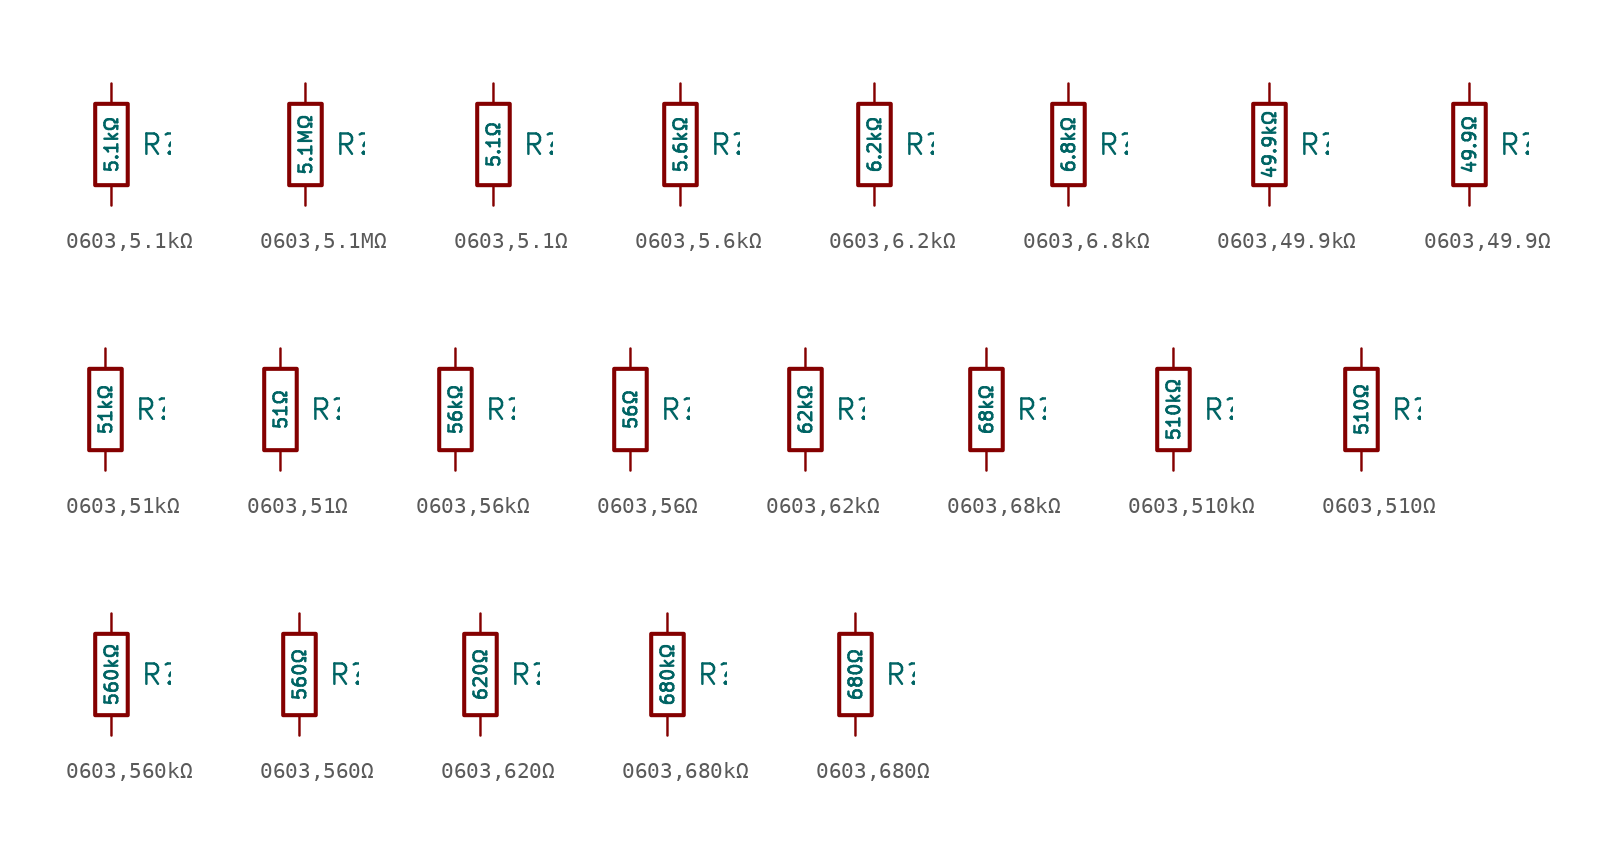
<source format=kicad_sym>
(kicad_symbol_lib
  (version 20231120)
  (generator "CDFER")
  (generator_version "8.0")
  (symbol "0603,5.1kΩ"
    (pin_numbers hide)
    (pin_names
      (offset 0))
    (property "Reference" "R"
      (at 1.778 0 0)
      (effects (font (size 1.27 1.27)) (justify left)))
    (property "Value" "5.1kΩ"
      (at 0 0 90)
      (do_not_autoplace)
      (effects (font (size 0.8 0.8))))
    (symbol "0603,5.1kΩ_0_1"
      (rectangle (start -1.016 2.54) (end 1.016 -2.54) (stroke (width 0.254) (type default)) (fill (type none))))
    (symbol "0603,5.1kΩ_1_1"
      (pin passive line (at 0 3.81 270) (length 1.27) (name "~" (effects (font (size 1.27 1.27)))) (number "1" (effects (font (size 1.27 1.27)))))
      (pin passive line (at 0 -3.81 90) (length 1.27) (name "~" (effects (font (size 1.27 1.27)))) (number "2" (effects (font (size 1.27 1.27)))))))
  (symbol "0603,5.1MΩ"
    (pin_numbers hide)
    (pin_names
      (offset 0))
    (property "Reference" "R"
      (at 1.778 0 0)
      (effects (font (size 1.27 1.27)) (justify left)))
    (property "Value" "5.1MΩ"
      (at 0 0 90)
      (do_not_autoplace)
      (effects (font (size 0.8 0.8))))
    (symbol "0603,5.1MΩ_0_1"
      (rectangle (start -1.016 2.54) (end 1.016 -2.54) (stroke (width 0.254) (type default)) (fill (type none))))
    (symbol "0603,5.1MΩ_1_1"
      (pin passive line (at 0 3.81 270) (length 1.27) (name "~" (effects (font (size 1.27 1.27)))) (number "1" (effects (font (size 1.27 1.27)))))
      (pin passive line (at 0 -3.81 90) (length 1.27) (name "~" (effects (font (size 1.27 1.27)))) (number "2" (effects (font (size 1.27 1.27)))))))
  (symbol "0603,5.1Ω"
    (pin_numbers hide)
    (pin_names
      (offset 0))
    (property "Reference" "R"
      (at 1.778 0 0)
      (effects (font (size 1.27 1.27)) (justify left)))
    (property "Value" "5.1Ω"
      (at 0 0 90)
      (do_not_autoplace)
      (effects (font (size 0.8 0.8))))
    (symbol "0603,5.1Ω_0_1"
      (rectangle (start -1.016 2.54) (end 1.016 -2.54) (stroke (width 0.254) (type default)) (fill (type none))))
    (symbol "0603,5.1Ω_1_1"
      (pin passive line (at 0 3.81 270) (length 1.27) (name "~" (effects (font (size 1.27 1.27)))) (number "1" (effects (font (size 1.27 1.27)))))
      (pin passive line (at 0 -3.81 90) (length 1.27) (name "~" (effects (font (size 1.27 1.27)))) (number "2" (effects (font (size 1.27 1.27)))))))
  (symbol "0603,5.6kΩ"
    (pin_numbers hide)
    (pin_names
      (offset 0))
    (property "Reference" "R"
      (at 1.778 0 0)
      (effects (font (size 1.27 1.27)) (justify left)))
    (property "Value" "5.6kΩ"
      (at 0 0 90)
      (do_not_autoplace)
      (effects (font (size 0.8 0.8))))
    (symbol "0603,5.6kΩ_0_1"
      (rectangle (start -1.016 2.54) (end 1.016 -2.54) (stroke (width 0.254) (type default)) (fill (type none))))
    (symbol "0603,5.6kΩ_1_1"
      (pin passive line (at 0 3.81 270) (length 1.27) (name "~" (effects (font (size 1.27 1.27)))) (number "1" (effects (font (size 1.27 1.27)))))
      (pin passive line (at 0 -3.81 90) (length 1.27) (name "~" (effects (font (size 1.27 1.27)))) (number "2" (effects (font (size 1.27 1.27)))))))
  (symbol "0603,6.2kΩ"
    (pin_numbers hide)
    (pin_names
      (offset 0))
    (property "Reference" "R"
      (at 1.778 0 0)
      (effects (font (size 1.27 1.27)) (justify left)))
    (property "Value" "6.2kΩ"
      (at 0 0 90)
      (do_not_autoplace)
      (effects (font (size 0.8 0.8))))
    (symbol "0603,6.2kΩ_0_1"
      (rectangle (start -1.016 2.54) (end 1.016 -2.54) (stroke (width 0.254) (type default)) (fill (type none))))
    (symbol "0603,6.2kΩ_1_1"
      (pin passive line (at 0 3.81 270) (length 1.27) (name "~" (effects (font (size 1.27 1.27)))) (number "1" (effects (font (size 1.27 1.27)))))
      (pin passive line (at 0 -3.81 90) (length 1.27) (name "~" (effects (font (size 1.27 1.27)))) (number "2" (effects (font (size 1.27 1.27)))))))
  (symbol "0603,6.8kΩ"
    (pin_numbers hide)
    (pin_names
      (offset 0))
    (property "Reference" "R"
      (at 1.778 0 0)
      (effects (font (size 1.27 1.27)) (justify left)))
    (property "Value" "6.8kΩ"
      (at 0 0 90)
      (do_not_autoplace)
      (effects (font (size 0.8 0.8))))
    (symbol "0603,6.8kΩ_0_1"
      (rectangle (start -1.016 2.54) (end 1.016 -2.54) (stroke (width 0.254) (type default)) (fill (type none))))
    (symbol "0603,6.8kΩ_1_1"
      (pin passive line (at 0 3.81 270) (length 1.27) (name "~" (effects (font (size 1.27 1.27)))) (number "1" (effects (font (size 1.27 1.27)))))
      (pin passive line (at 0 -3.81 90) (length 1.27) (name "~" (effects (font (size 1.27 1.27)))) (number "2" (effects (font (size 1.27 1.27)))))))
  (symbol "0603,49.9kΩ"
    (pin_numbers hide)
    (pin_names
      (offset 0))
    (property "Reference" "R"
      (at 1.778 0 0)
      (effects (font (size 1.27 1.27)) (justify left)))
    (property "Value" "49.9kΩ"
      (at 0 0 90)
      (do_not_autoplace)
      (effects (font (size 0.8 0.8))))
    (symbol "0603,49.9kΩ_0_1"
      (rectangle (start -1.016 2.54) (end 1.016 -2.54) (stroke (width 0.254) (type default)) (fill (type none))))
    (symbol "0603,49.9kΩ_1_1"
      (pin passive line (at 0 3.81 270) (length 1.27) (name "~" (effects (font (size 1.27 1.27)))) (number "1" (effects (font (size 1.27 1.27)))))
      (pin passive line (at 0 -3.81 90) (length 1.27) (name "~" (effects (font (size 1.27 1.27)))) (number "2" (effects (font (size 1.27 1.27)))))))
  (symbol "0603,49.9Ω"
    (pin_numbers hide)
    (pin_names
      (offset 0))
    (property "Reference" "R"
      (at 1.778 0 0)
      (effects (font (size 1.27 1.27)) (justify left)))
    (property "Value" "49.9Ω"
      (at 0 0 90)
      (do_not_autoplace)
      (effects (font (size 0.8 0.8))))
    (symbol "0603,49.9Ω_0_1"
      (rectangle (start -1.016 2.54) (end 1.016 -2.54) (stroke (width 0.254) (type default)) (fill (type none))))
    (symbol "0603,49.9Ω_1_1"
      (pin passive line (at 0 3.81 270) (length 1.27) (name "~" (effects (font (size 1.27 1.27)))) (number "1" (effects (font (size 1.27 1.27)))))
      (pin passive line (at 0 -3.81 90) (length 1.27) (name "~" (effects (font (size 1.27 1.27)))) (number "2" (effects (font (size 1.27 1.27)))))))
  (symbol "0603,51kΩ"
    (pin_numbers hide)
    (pin_names
      (offset 0))
    (property "Reference" "R"
      (at 1.778 0 0)
      (effects (font (size 1.27 1.27)) (justify left)))
    (property "Value" "51kΩ"
      (at 0 0 90)
      (do_not_autoplace)
      (effects (font (size 0.8 0.8))))
    (symbol "0603,51kΩ_0_1"
      (rectangle (start -1.016 2.54) (end 1.016 -2.54) (stroke (width 0.254) (type default)) (fill (type none))))
    (symbol "0603,51kΩ_1_1"
      (pin passive line (at 0 3.81 270) (length 1.27) (name "~" (effects (font (size 1.27 1.27)))) (number "1" (effects (font (size 1.27 1.27)))))
      (pin passive line (at 0 -3.81 90) (length 1.27) (name "~" (effects (font (size 1.27 1.27)))) (number "2" (effects (font (size 1.27 1.27)))))))
  (symbol "0603,51Ω"
    (pin_numbers hide)
    (pin_names
      (offset 0))
    (property "Reference" "R"
      (at 1.778 0 0)
      (effects (font (size 1.27 1.27)) (justify left)))
    (property "Value" "51Ω"
      (at 0 0 90)
      (do_not_autoplace)
      (effects (font (size 0.8 0.8))))
    (symbol "0603,51Ω_0_1"
      (rectangle (start -1.016 2.54) (end 1.016 -2.54) (stroke (width 0.254) (type default)) (fill (type none))))
    (symbol "0603,51Ω_1_1"
      (pin passive line (at 0 3.81 270) (length 1.27) (name "~" (effects (font (size 1.27 1.27)))) (number "1" (effects (font (size 1.27 1.27)))))
      (pin passive line (at 0 -3.81 90) (length 1.27) (name "~" (effects (font (size 1.27 1.27)))) (number "2" (effects (font (size 1.27 1.27)))))))
  (symbol "0603,56kΩ"
    (pin_numbers hide)
    (pin_names
      (offset 0))
    (property "Reference" "R"
      (at 1.778 0 0)
      (effects (font (size 1.27 1.27)) (justify left)))
    (property "Value" "56kΩ"
      (at 0 0 90)
      (do_not_autoplace)
      (effects (font (size 0.8 0.8))))
    (symbol "0603,56kΩ_0_1"
      (rectangle (start -1.016 2.54) (end 1.016 -2.54) (stroke (width 0.254) (type default)) (fill (type none))))
    (symbol "0603,56kΩ_1_1"
      (pin passive line (at 0 3.81 270) (length 1.27) (name "~" (effects (font (size 1.27 1.27)))) (number "1" (effects (font (size 1.27 1.27)))))
      (pin passive line (at 0 -3.81 90) (length 1.27) (name "~" (effects (font (size 1.27 1.27)))) (number "2" (effects (font (size 1.27 1.27)))))))
  (symbol "0603,56Ω"
    (pin_numbers hide)
    (pin_names
      (offset 0))
    (property "Reference" "R"
      (at 1.778 0 0)
      (effects (font (size 1.27 1.27)) (justify left)))
    (property "Value" "56Ω"
      (at 0 0 90)
      (do_not_autoplace)
      (effects (font (size 0.8 0.8))))
    (symbol "0603,56Ω_0_1"
      (rectangle (start -1.016 2.54) (end 1.016 -2.54) (stroke (width 0.254) (type default)) (fill (type none))))
    (symbol "0603,56Ω_1_1"
      (pin passive line (at 0 3.81 270) (length 1.27) (name "~" (effects (font (size 1.27 1.27)))) (number "1" (effects (font (size 1.27 1.27)))))
      (pin passive line (at 0 -3.81 90) (length 1.27) (name "~" (effects (font (size 1.27 1.27)))) (number "2" (effects (font (size 1.27 1.27)))))))
  (symbol "0603,62kΩ"
    (pin_numbers hide)
    (pin_names
      (offset 0))
    (property "Reference" "R"
      (at 1.778 0 0)
      (effects (font (size 1.27 1.27)) (justify left)))
    (property "Value" "62kΩ"
      (at 0 0 90)
      (do_not_autoplace)
      (effects (font (size 0.8 0.8))))
    (symbol "0603,62kΩ_0_1"
      (rectangle (start -1.016 2.54) (end 1.016 -2.54) (stroke (width 0.254) (type default)) (fill (type none))))
    (symbol "0603,62kΩ_1_1"
      (pin passive line (at 0 3.81 270) (length 1.27) (name "~" (effects (font (size 1.27 1.27)))) (number "1" (effects (font (size 1.27 1.27)))))
      (pin passive line (at 0 -3.81 90) (length 1.27) (name "~" (effects (font (size 1.27 1.27)))) (number "2" (effects (font (size 1.27 1.27)))))))
  (symbol "0603,68kΩ"
    (pin_numbers hide)
    (pin_names
      (offset 0))
    (property "Reference" "R"
      (at 1.778 0 0)
      (effects (font (size 1.27 1.27)) (justify left)))
    (property "Value" "68kΩ"
      (at 0 0 90)
      (do_not_autoplace)
      (effects (font (size 0.8 0.8))))
    (symbol "0603,68kΩ_0_1"
      (rectangle (start -1.016 2.54) (end 1.016 -2.54) (stroke (width 0.254) (type default)) (fill (type none))))
    (symbol "0603,68kΩ_1_1"
      (pin passive line (at 0 3.81 270) (length 1.27) (name "~" (effects (font (size 1.27 1.27)))) (number "1" (effects (font (size 1.27 1.27)))))
      (pin passive line (at 0 -3.81 90) (length 1.27) (name "~" (effects (font (size 1.27 1.27)))) (number "2" (effects (font (size 1.27 1.27)))))))
  (symbol "0603,510kΩ"
    (pin_numbers hide)
    (pin_names
      (offset 0))
    (property "Reference" "R"
      (at 1.778 0 0)
      (effects (font (size 1.27 1.27)) (justify left)))
    (property "Value" "510kΩ"
      (at 0 0 90)
      (do_not_autoplace)
      (effects (font (size 0.8 0.8))))
    (symbol "0603,510kΩ_0_1"
      (rectangle (start -1.016 2.54) (end 1.016 -2.54) (stroke (width 0.254) (type default)) (fill (type none))))
    (symbol "0603,510kΩ_1_1"
      (pin passive line (at 0 3.81 270) (length 1.27) (name "~" (effects (font (size 1.27 1.27)))) (number "1" (effects (font (size 1.27 1.27)))))
      (pin passive line (at 0 -3.81 90) (length 1.27) (name "~" (effects (font (size 1.27 1.27)))) (number "2" (effects (font (size 1.27 1.27)))))))
  (symbol "0603,510Ω"
    (pin_numbers hide)
    (pin_names
      (offset 0))
    (property "Reference" "R"
      (at 1.778 0 0)
      (effects (font (size 1.27 1.27)) (justify left)))
    (property "Value" "510Ω"
      (at 0 0 90)
      (do_not_autoplace)
      (effects (font (size 0.8 0.8))))
    (symbol "0603,510Ω_0_1"
      (rectangle (start -1.016 2.54) (end 1.016 -2.54) (stroke (width 0.254) (type default)) (fill (type none))))
    (symbol "0603,510Ω_1_1"
      (pin passive line (at 0 3.81 270) (length 1.27) (name "~" (effects (font (size 1.27 1.27)))) (number "1" (effects (font (size 1.27 1.27)))))
      (pin passive line (at 0 -3.81 90) (length 1.27) (name "~" (effects (font (size 1.27 1.27)))) (number "2" (effects (font (size 1.27 1.27)))))))
  (symbol "0603,560kΩ"
    (pin_numbers hide)
    (pin_names
      (offset 0))
    (property "Reference" "R"
      (at 1.778 0 0)
      (effects (font (size 1.27 1.27)) (justify left)))
    (property "Value" "560kΩ"
      (at 0 0 90)
      (do_not_autoplace)
      (effects (font (size 0.8 0.8))))
    (symbol "0603,560kΩ_0_1"
      (rectangle (start -1.016 2.54) (end 1.016 -2.54) (stroke (width 0.254) (type default)) (fill (type none))))
    (symbol "0603,560kΩ_1_1"
      (pin passive line (at 0 3.81 270) (length 1.27) (name "~" (effects (font (size 1.27 1.27)))) (number "1" (effects (font (size 1.27 1.27)))))
      (pin passive line (at 0 -3.81 90) (length 1.27) (name "~" (effects (font (size 1.27 1.27)))) (number "2" (effects (font (size 1.27 1.27)))))))
  (symbol "0603,560Ω"
    (pin_numbers hide)
    (pin_names
      (offset 0))
    (property "Reference" "R"
      (at 1.778 0 0)
      (effects (font (size 1.27 1.27)) (justify left)))
    (property "Value" "560Ω"
      (at 0 0 90)
      (do_not_autoplace)
      (effects (font (size 0.8 0.8))))
    (symbol "0603,560Ω_0_1"
      (rectangle (start -1.016 2.54) (end 1.016 -2.54) (stroke (width 0.254) (type default)) (fill (type none))))
    (symbol "0603,560Ω_1_1"
      (pin passive line (at 0 3.81 270) (length 1.27) (name "~" (effects (font (size 1.27 1.27)))) (number "1" (effects (font (size 1.27 1.27)))))
      (pin passive line (at 0 -3.81 90) (length 1.27) (name "~" (effects (font (size 1.27 1.27)))) (number "2" (effects (font (size 1.27 1.27)))))))
  (symbol "0603,620Ω"
    (pin_numbers hide)
    (pin_names
      (offset 0))
    (property "Reference" "R"
      (at 1.778 0 0)
      (effects (font (size 1.27 1.27)) (justify left)))
    (property "Value" "620Ω"
      (at 0 0 90)
      (do_not_autoplace)
      (effects (font (size 0.8 0.8))))
    (symbol "0603,620Ω_0_1"
      (rectangle (start -1.016 2.54) (end 1.016 -2.54) (stroke (width 0.254) (type default)) (fill (type none))))
    (symbol "0603,620Ω_1_1"
      (pin passive line (at 0 3.81 270) (length 1.27) (name "~" (effects (font (size 1.27 1.27)))) (number "1" (effects (font (size 1.27 1.27)))))
      (pin passive line (at 0 -3.81 90) (length 1.27) (name "~" (effects (font (size 1.27 1.27)))) (number "2" (effects (font (size 1.27 1.27)))))))
  (symbol "0603,680kΩ"
    (pin_numbers hide)
    (pin_names
      (offset 0))
    (property "Reference" "R"
      (at 1.778 0 0)
      (effects (font (size 1.27 1.27)) (justify left)))
    (property "Value" "680kΩ"
      (at 0 0 90)
      (do_not_autoplace)
      (effects (font (size 0.8 0.8))))
    (symbol "0603,680kΩ_0_1"
      (rectangle (start -1.016 2.54) (end 1.016 -2.54) (stroke (width 0.254) (type default)) (fill (type none))))
    (symbol "0603,680kΩ_1_1"
      (pin passive line (at 0 3.81 270) (length 1.27) (name "~" (effects (font (size 1.27 1.27)))) (number "1" (effects (font (size 1.27 1.27)))))
      (pin passive line (at 0 -3.81 90) (length 1.27) (name "~" (effects (font (size 1.27 1.27)))) (number "2" (effects (font (size 1.27 1.27)))))))
  (symbol "0603,680Ω"
    (pin_numbers hide)
    (pin_names
      (offset 0))
    (property "Reference" "R"
      (at 1.778 0 0)
      (effects (font (size 1.27 1.27)) (justify left)))
    (property "Value" "680Ω"
      (at 0 0 90)
      (do_not_autoplace)
      (effects (font (size 0.8 0.8))))
    (symbol "0603,680Ω_0_1"
      (rectangle (start -1.016 2.54) (end 1.016 -2.54) (stroke (width 0.254) (type default)) (fill (type none))))
    (symbol "0603,680Ω_1_1"
      (pin passive line (at 0 3.81 270) (length 1.27) (name "~" (effects (font (size 1.27 1.27)))) (number "1" (effects (font (size 1.27 1.27)))))
      (pin passive line (at 0 -3.81 90) (length 1.27) (name "~" (effects (font (size 1.27 1.27)))) (number "2" (effects (font (size 1.27 1.27))))))))
</source>
